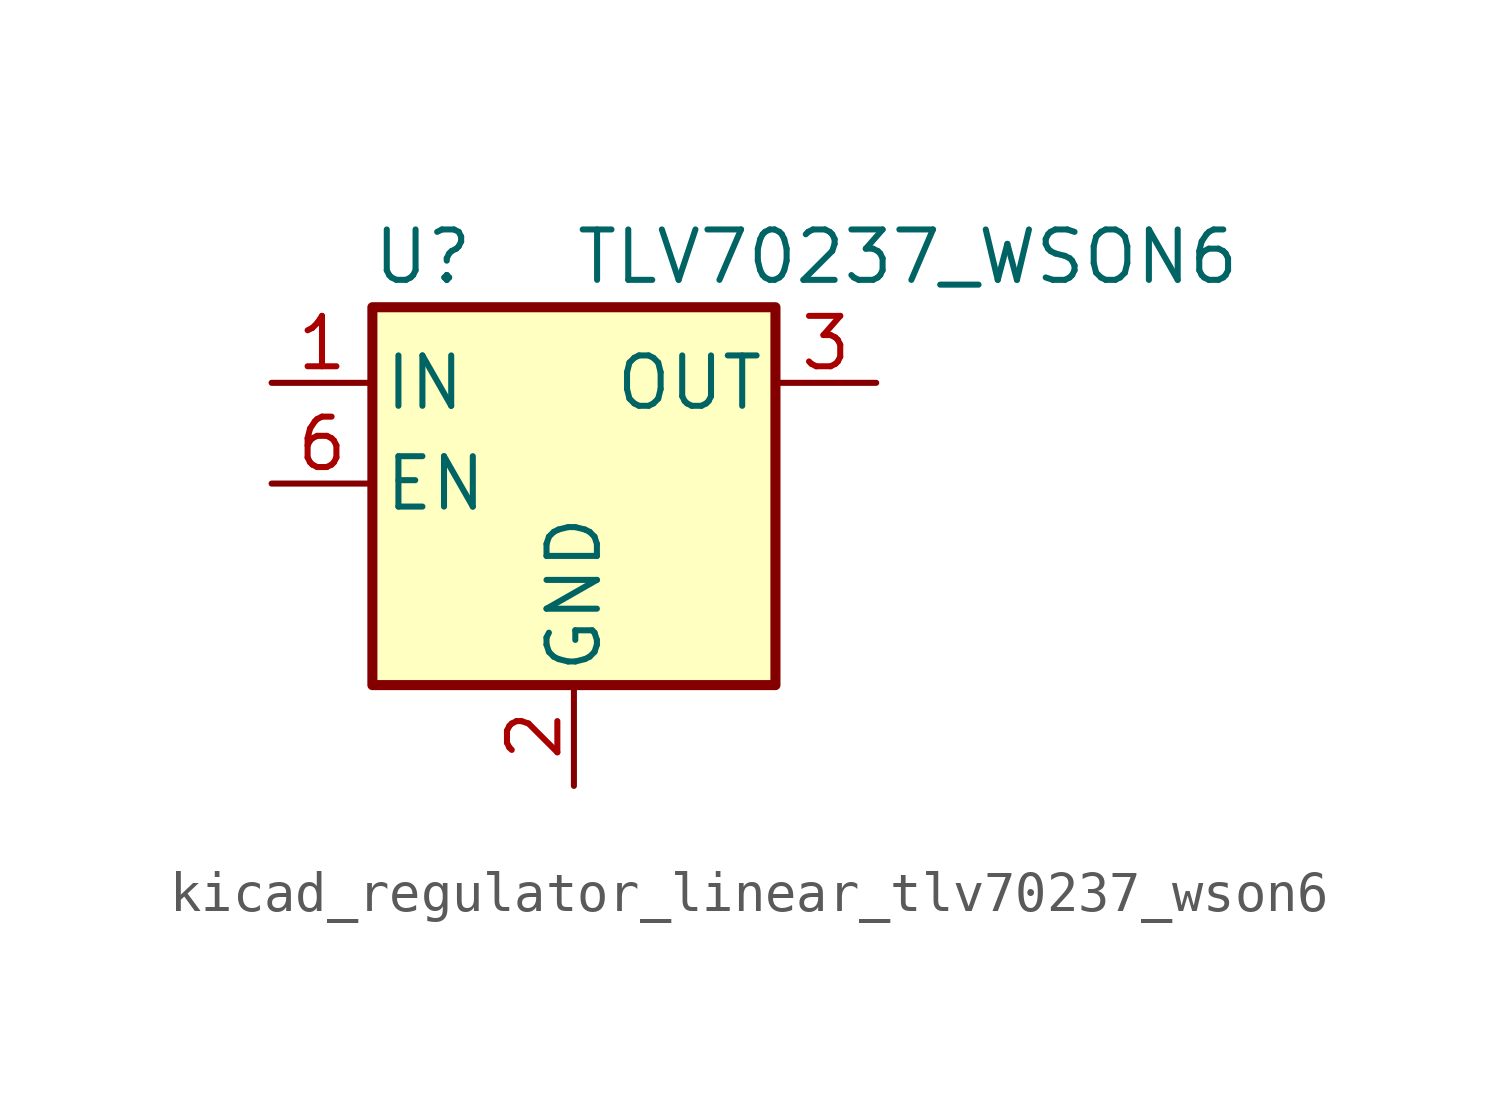
<source format=kicad_sym>
(kicad_symbol_lib
  (version 20220914)
  (generator kicad_symbol_editor)
  (symbol "kicad_regulator_linear_tlv70237_wson6"
    (pin_names
      (offset 0.254))
    (property "Reference" "U"
      (at -3.81 5.715 0)
      (effects (font (size 1.27 1.27))))
    (property "Value" "TLV70237_WSON6"
      (at 0 5.715 0)
      (effects (font (size 1.27 1.27)) (justify left)))
    (symbol "kicad_regulator_linear_tlv70237_wson6_0_1"
      (rectangle (start -5.08 4.445) (end 5.08 -5.08) (stroke (width 0.254) (type default)) (fill (type background))))
    (symbol "kicad_regulator_linear_tlv70237_wson6_1_1"
      (pin power_in line (at -7.62 2.54 0) (length 2.54) (name "IN" (effects (font (size 1.27 1.27)))) (number "1" (effects (font (size 1.27 1.27)))))
      (pin power_in line (at 0 -7.62 90) (length 2.54) (name "GND" (effects (font (size 1.27 1.27)))) (number "2" (effects (font (size 1.27 1.27)))))
      (pin power_out line (at 7.62 2.54 180) (length 2.54) (name "OUT" (effects (font (size 1.27 1.27)))) (number "3" (effects (font (size 1.27 1.27)))))
      (pin no_connect line (at 7.62 0 180) (length 2.54) hide (name "NC" (effects (font (size 1.27 1.27)))) (number "4" (effects (font (size 1.27 1.27)))))
      (pin no_connect line (at -2.54 -5.08 90) (length 2.54) hide (name "NC" (effects (font (size 1.27 1.27)))) (number "5" (effects (font (size 1.27 1.27)))))
      (pin input line (at -7.62 0 0) (length 2.54) (name "EN" (effects (font (size 1.27 1.27)))) (number "6" (effects (font (size 1.27 1.27))))))))
</source>
